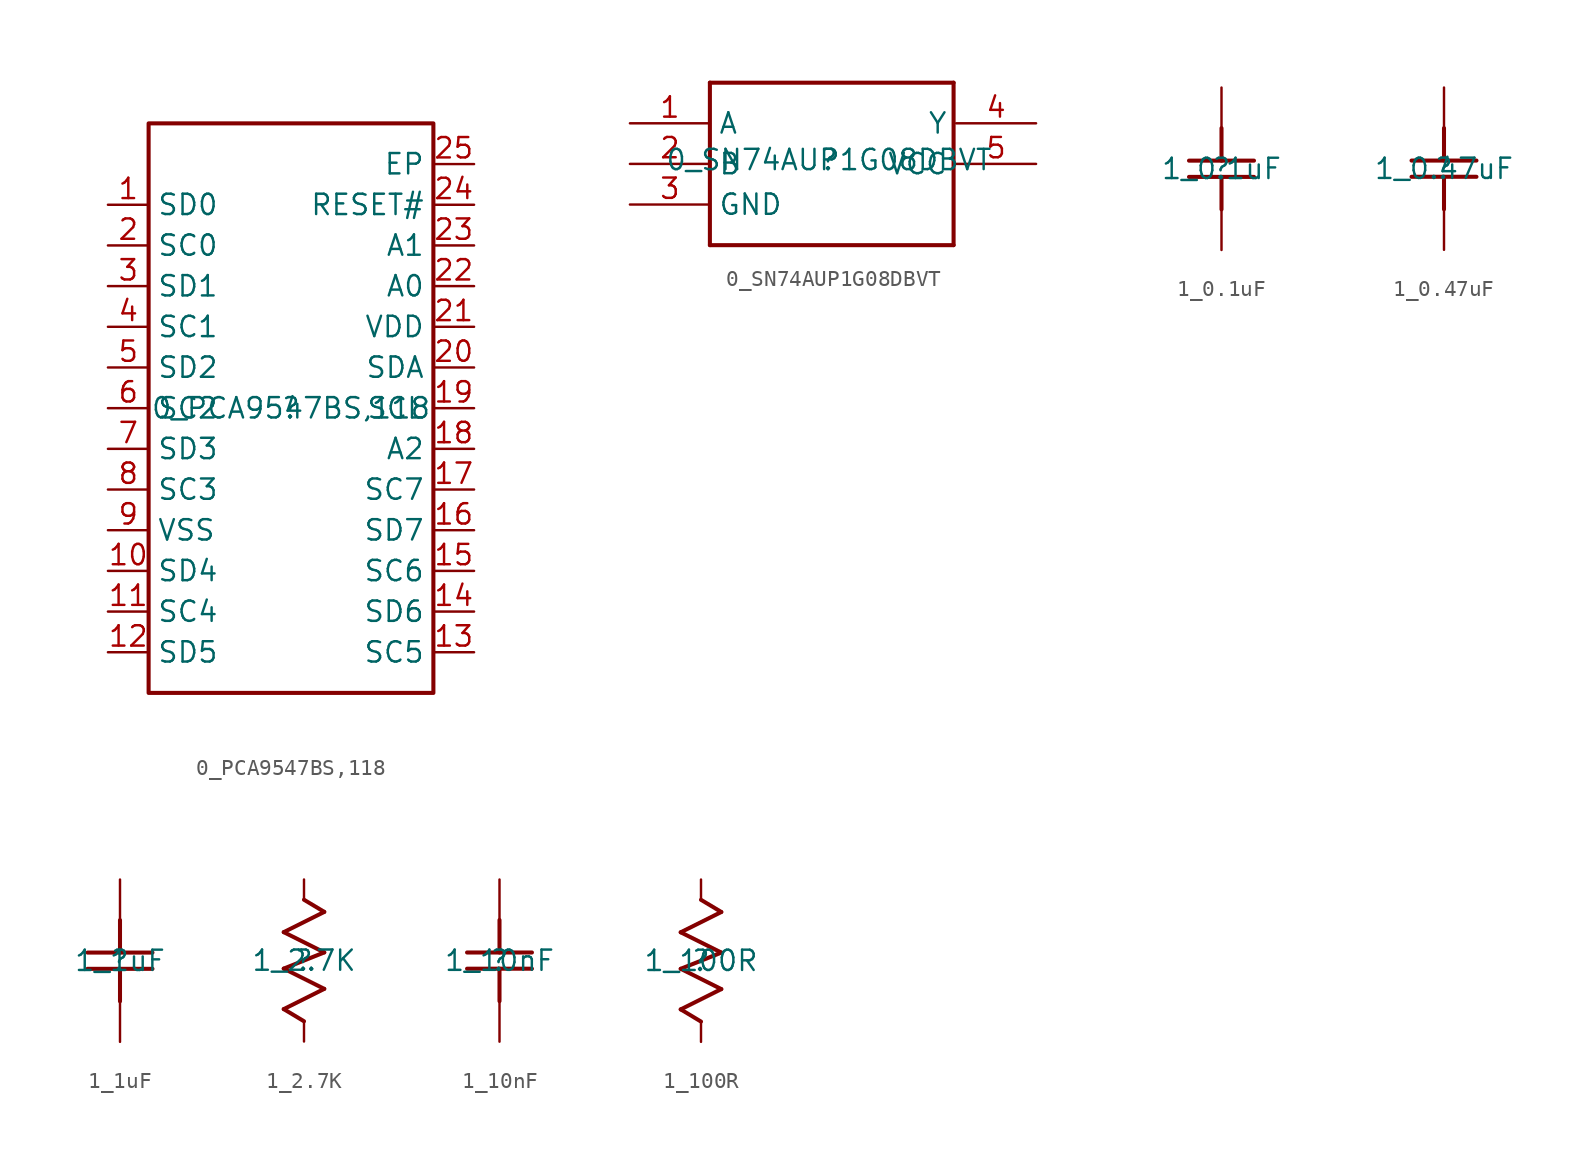
<source format=kicad_sym>
(kicad_symbol_lib
  (version 20211014)
  (generator kicad_symbol_editor)
  (symbol "0_PCA9547BS,118"
    (property "Reference" ""
      (at 0 0 0)
      (effects (font (size 1.27 1.27))))
    (property "Value" "0_PCA9547BS,118"
      (at 0 0 0)
      (effects (font (size 1.27 1.27))))
    (symbol "0_PCA9547BS,118_1_0"
      (rectangle (start 8.89 17.78) (end -8.89 -17.78) (stroke (width 0.254) (type default) (color 0 0 0 0)) (fill (type none)))
      (pin passive line (at -11.43 12.7 0) (length 2.54) (name "SD0" (effects (font (size 1.27 1.27)))) (number "1" (effects (font (size 1.27 1.27)))))
      (pin passive line (at -11.43 -10.16 0) (length 2.54) (name "SD4" (effects (font (size 1.27 1.27)))) (number "10" (effects (font (size 1.27 1.27)))))
      (pin passive line (at -11.43 -12.7 0) (length 2.54) (name "SC4" (effects (font (size 1.27 1.27)))) (number "11" (effects (font (size 1.27 1.27)))))
      (pin passive line (at -11.43 -15.24 0) (length 2.54) (name "SD5" (effects (font (size 1.27 1.27)))) (number "12" (effects (font (size 1.27 1.27)))))
      (pin passive line (at 11.43 -15.24 180) (length 2.54) (name "SC5" (effects (font (size 1.27 1.27)))) (number "13" (effects (font (size 1.27 1.27)))))
      (pin passive line (at 11.43 -12.7 180) (length 2.54) (name "SD6" (effects (font (size 1.27 1.27)))) (number "14" (effects (font (size 1.27 1.27)))))
      (pin passive line (at 11.43 -10.16 180) (length 2.54) (name "SC6" (effects (font (size 1.27 1.27)))) (number "15" (effects (font (size 1.27 1.27)))))
      (pin passive line (at 11.43 -7.62 180) (length 2.54) (name "SD7" (effects (font (size 1.27 1.27)))) (number "16" (effects (font (size 1.27 1.27)))))
      (pin passive line (at 11.43 -5.08 180) (length 2.54) (name "SC7" (effects (font (size 1.27 1.27)))) (number "17" (effects (font (size 1.27 1.27)))))
      (pin passive line (at 11.43 -2.54 180) (length 2.54) (name "A2" (effects (font (size 1.27 1.27)))) (number "18" (effects (font (size 1.27 1.27)))))
      (pin passive line (at 11.43 0 180) (length 2.54) (name "SCL" (effects (font (size 1.27 1.27)))) (number "19" (effects (font (size 1.27 1.27)))))
      (pin passive line (at -11.43 10.16 0) (length 2.54) (name "SC0" (effects (font (size 1.27 1.27)))) (number "2" (effects (font (size 1.27 1.27)))))
      (pin passive line (at 11.43 2.54 180) (length 2.54) (name "SDA" (effects (font (size 1.27 1.27)))) (number "20" (effects (font (size 1.27 1.27)))))
      (pin passive line (at 11.43 5.08 180) (length 2.54) (name "VDD" (effects (font (size 1.27 1.27)))) (number "21" (effects (font (size 1.27 1.27)))))
      (pin passive line (at 11.43 7.62 180) (length 2.54) (name "A0" (effects (font (size 1.27 1.27)))) (number "22" (effects (font (size 1.27 1.27)))))
      (pin passive line (at 11.43 10.16 180) (length 2.54) (name "A1" (effects (font (size 1.27 1.27)))) (number "23" (effects (font (size 1.27 1.27)))))
      (pin passive line (at 11.43 12.7 180) (length 2.54) (name "RESET#" (effects (font (size 1.27 1.27)))) (number "24" (effects (font (size 1.27 1.27)))))
      (pin passive line (at 11.43 15.24 180) (length 2.54) (name "EP" (effects (font (size 1.27 1.27)))) (number "25" (effects (font (size 1.27 1.27)))))
      (pin passive line (at -11.43 7.62 0) (length 2.54) (name "SD1" (effects (font (size 1.27 1.27)))) (number "3" (effects (font (size 1.27 1.27)))))
      (pin passive line (at -11.43 5.08 0) (length 2.54) (name "SC1" (effects (font (size 1.27 1.27)))) (number "4" (effects (font (size 1.27 1.27)))))
      (pin passive line (at -11.43 2.54 0) (length 2.54) (name "SD2" (effects (font (size 1.27 1.27)))) (number "5" (effects (font (size 1.27 1.27)))))
      (pin passive line (at -11.43 0 0) (length 2.54) (name "SC2" (effects (font (size 1.27 1.27)))) (number "6" (effects (font (size 1.27 1.27)))))
      (pin passive line (at -11.43 -2.54 0) (length 2.54) (name "SD3" (effects (font (size 1.27 1.27)))) (number "7" (effects (font (size 1.27 1.27)))))
      (pin passive line (at -11.43 -5.08 0) (length 2.54) (name "SC3" (effects (font (size 1.27 1.27)))) (number "8" (effects (font (size 1.27 1.27)))))
      (pin passive line (at -11.43 -7.62 0) (length 2.54) (name "VSS" (effects (font (size 1.27 1.27)))) (number "9" (effects (font (size 1.27 1.27)))))))
  (symbol "0_SN74AUP1G08DBVT"
    (property "Reference" ""
      (at 0 0 0)
      (effects (font (size 1.27 1.27))))
    (property "Value" "0_SN74AUP1G08DBVT"
      (at 0 0 0)
      (effects (font (size 1.27 1.27))))
    (symbol "0_SN74AUP1G08DBVT_1_0"
      (polyline (pts (xy -7.445 4.826) (xy -7.445 -5.334)) (stroke (width 0.254) (type default) (color 0 0 0 0)) (fill (type none)))
      (polyline (pts (xy -7.445 4.826) (xy 7.795 4.826)) (stroke (width 0.254) (type default) (color 0 0 0 0)) (fill (type none)))
      (polyline (pts (xy 7.795 -5.334) (xy -7.445 -5.334)) (stroke (width 0.254) (type default) (color 0 0 0 0)) (fill (type none)))
      (polyline (pts (xy 7.795 -5.334) (xy 7.795 4.826)) (stroke (width 0.254) (type default) (color 0 0 0 0)) (fill (type none)))
      (pin passive line (at -12.446 2.286 0) (length 5) (name "A" (effects (font (size 1.27 1.27)))) (number "1" (effects (font (size 1.27 1.27)))))
      (pin passive line (at -12.446 -0.254 0) (length 5) (name "B" (effects (font (size 1.27 1.27)))) (number "2" (effects (font (size 1.27 1.27)))))
      (pin passive line (at -12.446 -2.794 0) (length 5) (name "GND" (effects (font (size 1.27 1.27)))) (number "3" (effects (font (size 1.27 1.27)))))
      (pin passive line (at 12.954 2.286 180) (length 5) (name "Y" (effects (font (size 1.27 1.27)))) (number "4" (effects (font (size 1.27 1.27)))))
      (pin passive line (at 12.954 -0.254 180) (length 5) (name "VCC" (effects (font (size 1.27 1.27)))) (number "5" (effects (font (size 1.27 1.27)))))))
  (symbol "1_0.1uF"
    (property "Reference" ""
      (at 0 0 0)
      (effects (font (size 1.27 1.27))))
    (property "Value" "1_0.1uF"
      (at 0 0 0)
      (effects (font (size 1.27 1.27))))
    (symbol "1_0.1uF_1_0"
      (polyline (pts (xy -2.032 0.508) (xy 2.032 0.508)) (stroke (width 0.254) (type default) (color 0 0 0 0)) (fill (type none)))
      (polyline (pts (xy 0 -0.508) (xy 0 -2.54)) (stroke (width 0.254) (type default) (color 0 0 0 0)) (fill (type none)))
      (polyline (pts (xy 0 2.54) (xy 0 0.508)) (stroke (width 0.254) (type default) (color 0 0 0 0)) (fill (type none)))
      (polyline (pts (xy 2.032 -0.508) (xy -2.032 -0.508)) (stroke (width 0.254) (type default) (color 0 0 0 0)) (fill (type none)))
      (pin passive line (at 0 -5.08 90) (length 2.54) (name "1" (effects (font (size 0 0)))) (number "1" (effects (font (size 0 0)))))
      (pin passive line (at 0 5.08 270) (length 2.54) (name "2" (effects (font (size 0 0)))) (number "2" (effects (font (size 0 0)))))))
  (symbol "1_0.47uF"
    (property "Reference" ""
      (at 0 0 0)
      (effects (font (size 1.27 1.27))))
    (property "Value" "1_0.47uF"
      (at 0 0 0)
      (effects (font (size 1.27 1.27))))
    (symbol "1_0.47uF_1_0"
      (polyline (pts (xy -2.032 0.508) (xy 2.032 0.508)) (stroke (width 0.254) (type default) (color 0 0 0 0)) (fill (type none)))
      (polyline (pts (xy 0 -0.508) (xy 0 -2.54)) (stroke (width 0.254) (type default) (color 0 0 0 0)) (fill (type none)))
      (polyline (pts (xy 0 2.54) (xy 0 0.508)) (stroke (width 0.254) (type default) (color 0 0 0 0)) (fill (type none)))
      (polyline (pts (xy 2.032 -0.508) (xy -2.032 -0.508)) (stroke (width 0.254) (type default) (color 0 0 0 0)) (fill (type none)))
      (pin passive line (at 0 -5.08 90) (length 2.54) (name "1" (effects (font (size 0 0)))) (number "1" (effects (font (size 0 0)))))
      (pin passive line (at 0 5.08 270) (length 2.54) (name "2" (effects (font (size 0 0)))) (number "2" (effects (font (size 0 0)))))))
  (symbol "1_1uF"
    (property "Reference" ""
      (at 0 0 0)
      (effects (font (size 1.27 1.27))))
    (property "Value" "1_1uF"
      (at 0 0 0)
      (effects (font (size 1.27 1.27))))
    (symbol "1_1uF_1_0"
      (polyline (pts (xy -2.032 0.508) (xy 2.032 0.508)) (stroke (width 0.254) (type default) (color 0 0 0 0)) (fill (type none)))
      (polyline (pts (xy 0 -0.508) (xy 0 -2.54)) (stroke (width 0.254) (type default) (color 0 0 0 0)) (fill (type none)))
      (polyline (pts (xy 0 2.54) (xy 0 0.508)) (stroke (width 0.254) (type default) (color 0 0 0 0)) (fill (type none)))
      (polyline (pts (xy 2.032 -0.508) (xy -2.032 -0.508)) (stroke (width 0.254) (type default) (color 0 0 0 0)) (fill (type none)))
      (pin passive line (at 0 -5.08 90) (length 2.54) (name "1" (effects (font (size 0 0)))) (number "1" (effects (font (size 0 0)))))
      (pin passive line (at 0 5.08 270) (length 2.54) (name "2" (effects (font (size 0 0)))) (number "2" (effects (font (size 0 0)))))))
  (symbol "1_2.7K"
    (property "Reference" ""
      (at 0 0 0)
      (effects (font (size 1.27 1.27))))
    (property "Value" "1_2.7K"
      (at 0 0 0)
      (effects (font (size 1.27 1.27))))
    (symbol "1_2.7K_1_0"
      (polyline (pts (xy -1.27 -3.048) (xy 0 -3.81)) (stroke (width 0.254) (type default) (color 0 0 0 0)) (fill (type none)))
      (polyline (pts (xy -1.27 -0.508) (xy 1.27 -1.778)) (stroke (width 0.254) (type default) (color 0 0 0 0)) (fill (type none)))
      (polyline (pts (xy -1.27 1.778) (xy 1.27 0.508)) (stroke (width 0.254) (type default) (color 0 0 0 0)) (fill (type none)))
      (polyline (pts (xy 0 3.81) (xy 1.27 3.048)) (stroke (width 0.254) (type default) (color 0 0 0 0)) (fill (type none)))
      (polyline (pts (xy 1.27 -1.778) (xy -1.27 -3.048)) (stroke (width 0.254) (type default) (color 0 0 0 0)) (fill (type none)))
      (polyline (pts (xy 1.27 0.508) (xy -1.27 -0.508)) (stroke (width 0.254) (type default) (color 0 0 0 0)) (fill (type none)))
      (polyline (pts (xy 1.27 3.048) (xy -1.27 1.778)) (stroke (width 0.254) (type default) (color 0 0 0 0)) (fill (type none)))
      (pin passive line (at 0 -5.08 90) (length 1.27) (name "1" (effects (font (size 0 0)))) (number "1" (effects (font (size 0 0)))))
      (pin passive line (at 0 5.08 270) (length 1.27) (name "2" (effects (font (size 0 0)))) (number "2" (effects (font (size 0 0)))))))
  (symbol "1_10nF"
    (property "Reference" ""
      (at 0 0 0)
      (effects (font (size 1.27 1.27))))
    (property "Value" "1_10nF"
      (at 0 0 0)
      (effects (font (size 1.27 1.27))))
    (symbol "1_10nF_1_0"
      (polyline (pts (xy -2.032 0.508) (xy 2.032 0.508)) (stroke (width 0.254) (type default) (color 0 0 0 0)) (fill (type none)))
      (polyline (pts (xy 0 -0.508) (xy 0 -2.54)) (stroke (width 0.254) (type default) (color 0 0 0 0)) (fill (type none)))
      (polyline (pts (xy 0 2.54) (xy 0 0.508)) (stroke (width 0.254) (type default) (color 0 0 0 0)) (fill (type none)))
      (polyline (pts (xy 2.032 -0.508) (xy -2.032 -0.508)) (stroke (width 0.254) (type default) (color 0 0 0 0)) (fill (type none)))
      (pin passive line (at 0 -5.08 90) (length 2.54) (name "1" (effects (font (size 0 0)))) (number "1" (effects (font (size 0 0)))))
      (pin passive line (at 0 5.08 270) (length 2.54) (name "2" (effects (font (size 0 0)))) (number "2" (effects (font (size 0 0)))))))
  (symbol "1_100R"
    (property "Reference" ""
      (at 0 0 0)
      (effects (font (size 1.27 1.27))))
    (property "Value" "1_100R"
      (at 0 0 0)
      (effects (font (size 1.27 1.27))))
    (symbol "1_100R_1_0"
      (polyline (pts (xy -1.27 -3.048) (xy 0 -3.81)) (stroke (width 0.254) (type default) (color 0 0 0 0)) (fill (type none)))
      (polyline (pts (xy -1.27 -0.508) (xy 1.27 -1.778)) (stroke (width 0.254) (type default) (color 0 0 0 0)) (fill (type none)))
      (polyline (pts (xy -1.27 1.778) (xy 1.27 0.508)) (stroke (width 0.254) (type default) (color 0 0 0 0)) (fill (type none)))
      (polyline (pts (xy 0 3.81) (xy 1.27 3.048)) (stroke (width 0.254) (type default) (color 0 0 0 0)) (fill (type none)))
      (polyline (pts (xy 1.27 -1.778) (xy -1.27 -3.048)) (stroke (width 0.254) (type default) (color 0 0 0 0)) (fill (type none)))
      (polyline (pts (xy 1.27 0.508) (xy -1.27 -0.508)) (stroke (width 0.254) (type default) (color 0 0 0 0)) (fill (type none)))
      (polyline (pts (xy 1.27 3.048) (xy -1.27 1.778)) (stroke (width 0.254) (type default) (color 0 0 0 0)) (fill (type none)))
      (pin passive line (at 0 -5.08 90) (length 1.27) (name "1" (effects (font (size 0 0)))) (number "1" (effects (font (size 0 0)))))
      (pin passive line (at 0 5.08 270) (length 1.27) (name "2" (effects (font (size 0 0)))) (number "2" (effects (font (size 0 0))))))))
</source>
